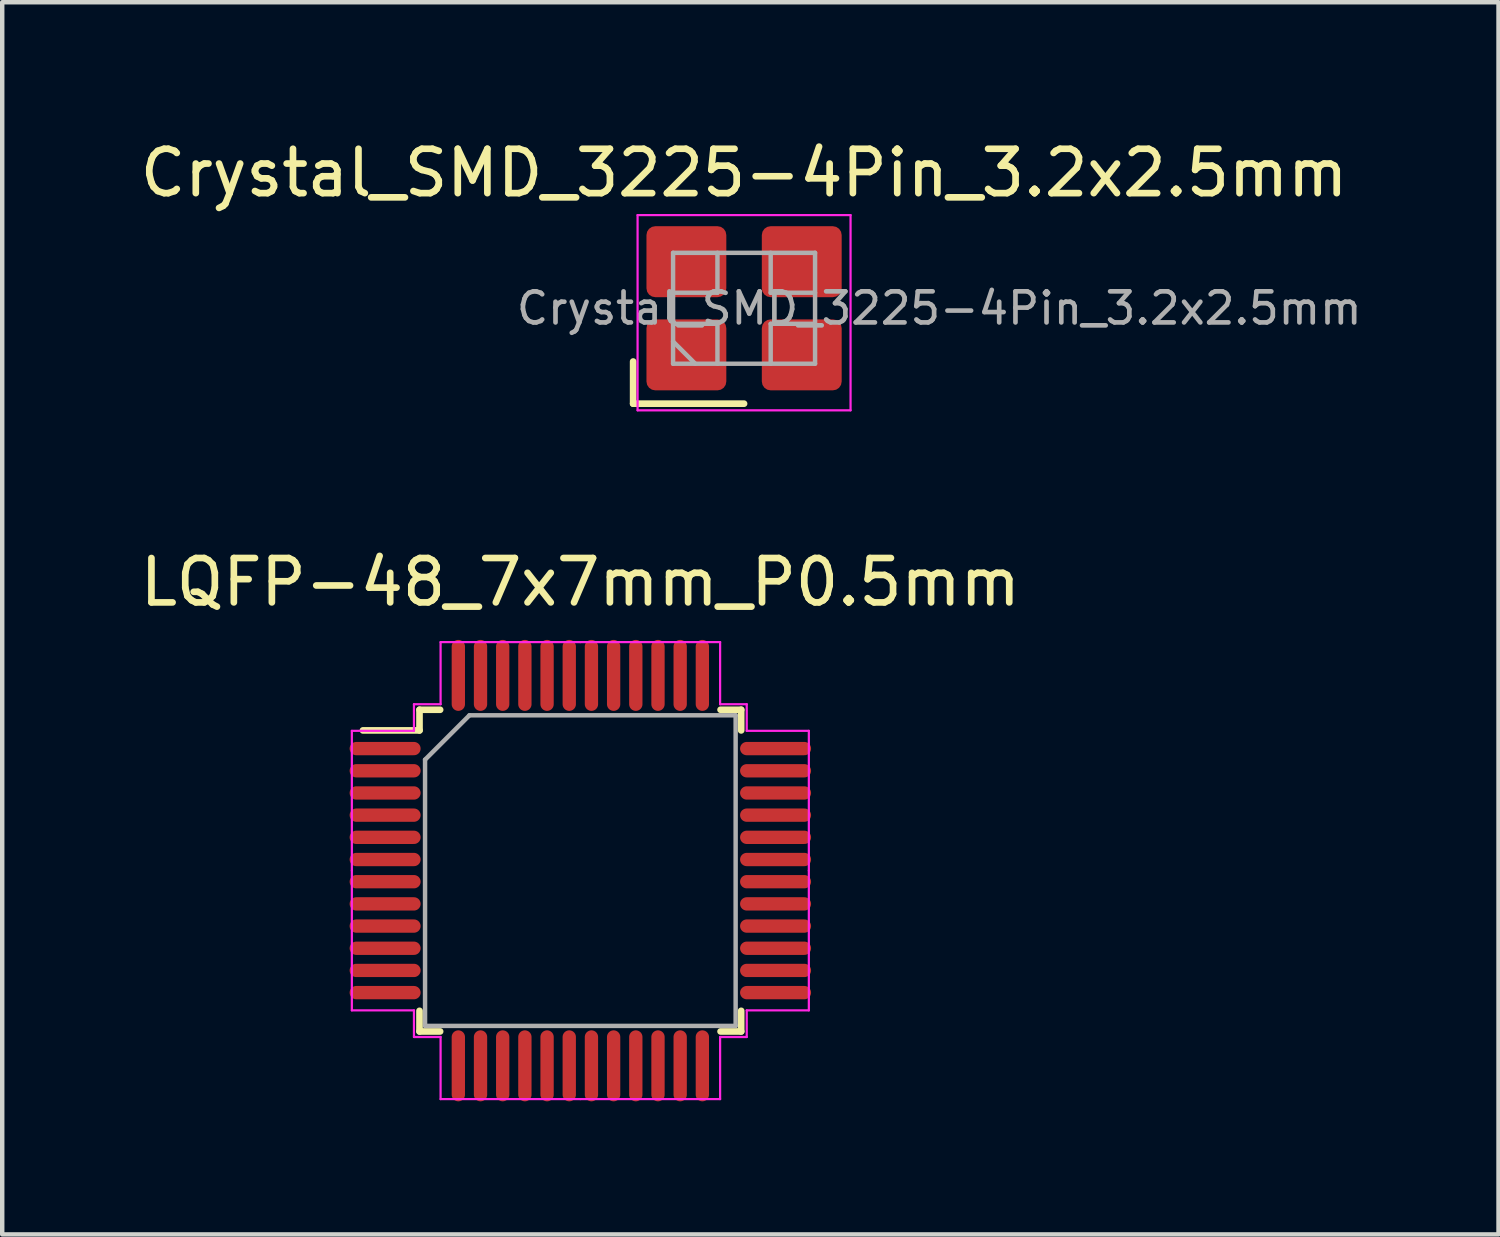
<source format=kicad_pcb>
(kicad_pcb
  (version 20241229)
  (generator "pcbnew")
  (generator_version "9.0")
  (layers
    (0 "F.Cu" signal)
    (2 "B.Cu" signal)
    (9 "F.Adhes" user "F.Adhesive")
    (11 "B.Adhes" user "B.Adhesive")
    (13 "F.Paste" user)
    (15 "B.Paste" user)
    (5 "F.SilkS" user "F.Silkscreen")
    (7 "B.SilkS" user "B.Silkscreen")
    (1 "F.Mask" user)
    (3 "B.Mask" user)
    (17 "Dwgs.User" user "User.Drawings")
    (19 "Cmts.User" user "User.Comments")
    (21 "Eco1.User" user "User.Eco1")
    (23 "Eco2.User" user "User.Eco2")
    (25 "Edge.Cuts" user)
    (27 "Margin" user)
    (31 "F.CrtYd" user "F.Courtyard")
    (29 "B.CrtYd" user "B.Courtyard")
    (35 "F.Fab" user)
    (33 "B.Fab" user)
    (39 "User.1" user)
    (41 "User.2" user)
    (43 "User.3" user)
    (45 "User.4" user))
  (footprint "Crystal_SMD_3225-4Pin_3.2x2.5mm"
    (layer "F.Cu")
    (at 13.72 3.898)
    (property "Reference" "Crystal_SMD_3225-4Pin_3.2x2.5mm" (at 0 -3.05 0) (layer "F.SilkS") (effects (font (size 1 1) (thickness 0.15))))
    (attr smd)
    (fp_line (start -2.5 1.2) (end -2.5 2.15) (stroke (width 0.15) (type solid)) (layer "F.SilkS"))
    (fp_line (start -2.5 2.15) (end 0 2.15) (stroke (width 0.15) (type solid)) (layer "F.SilkS"))
    (fp_line (start -2.4 -2.1) (end -2.4 2.3) (stroke (width 0.05) (type solid)) (layer "F.CrtYd"))
    (fp_line (start -2.4 2.3) (end 2.4 2.3) (stroke (width 0.05) (type solid)) (layer "F.CrtYd"))
    (fp_line (start 2.4 -2.1) (end -2.4 -2.1) (stroke (width 0.05) (type solid)) (layer "F.CrtYd"))
    (fp_line (start 2.4 2.3) (end 2.4 -2.1) (stroke (width 0.05) (type solid)) (layer "F.CrtYd"))
    (fp_line (start -1.6 -1.25) (end -1.6 1.25) (stroke (width 0.1) (type solid)) (layer "F.Fab"))
    (fp_line (start -1.6 -0.35) (end -0.6 -0.35) (stroke (width 0.1) (type solid)) (layer "F.Fab"))
    (fp_line (start -1.6 0.35) (end -0.6 0.35) (stroke (width 0.1) (type solid)) (layer "F.Fab"))
    (fp_line (start -1.6 0.75) (end -1.1 1.25) (stroke (width 0.1) (type solid)) (layer "F.Fab"))
    (fp_line (start -1.6 1.25) (end 1.6 1.25) (stroke (width 0.1) (type solid)) (layer "F.Fab"))
    (fp_line (start -0.6 -0.35) (end -0.6 -1.25) (stroke (width 0.1) (type solid)) (layer "F.Fab"))
    (fp_line (start -0.6 0.35) (end -0.6 1.25) (stroke (width 0.1) (type solid)) (layer "F.Fab"))
    (fp_line (start 0.6 -0.35) (end 0.6 -1.25) (stroke (width 0.1) (type solid)) (layer "F.Fab"))
    (fp_line (start 0.6 0.35) (end 0.6 1.25) (stroke (width 0.1) (type solid)) (layer "F.Fab"))
    (fp_line (start 1.6 -1.25) (end -1.6 -1.25) (stroke (width 0.1) (type solid)) (layer "F.Fab"))
    (fp_line (start 1.6 -0.35) (end 0.6 -0.35) (stroke (width 0.1) (type solid)) (layer "F.Fab"))
    (fp_line (start 1.6 0.35) (end 0.6 0.35) (stroke (width 0.1) (type solid)) (layer "F.Fab"))
    (fp_line (start 1.6 1.25) (end 1.6 -1.25) (stroke (width 0.1) (type solid)) (layer "F.Fab"))
    (fp_text user "${REFERENCE}" (at 4.4 0 0) (layer "F.Fab") (effects (font (size 0.7 0.7) (thickness 0.105))))
    (pad "1" smd roundrect (at -1.3 1.05) (size 1.8 1.6) (layers "F.Cu" "F.Mask" "F.Paste") (roundrect_rratio 0.125))
    (pad "2" smd roundrect (at 1.3 1.05) (size 1.8 1.6) (layers "F.Cu" "F.Mask" "F.Paste") (roundrect_rratio 0.125))
    (pad "3" smd roundrect (at 1.3 -1.05) (size 1.8 1.6) (layers "F.Cu" "F.Mask" "F.Paste") (roundrect_rratio 0.125))
    (pad "4" smd roundrect (at -1.3 -1.05) (size 1.8 1.6) (layers "F.Cu" "F.Mask" "F.Paste") (roundrect_rratio 0.125)))
  (footprint "LQFP-48_7x7mm_P0.5mm"
    (layer "F.Cu")
    (at 10.03 16.572)
    (property "Reference" "LQFP-48_7x7mm_P0.5mm" (at 0 -6.5 0) (layer "F.SilkS") (effects (font (size 1 1) (thickness 0.15))))
    (attr smd)
    (fp_line (start -3.625 -3.625) (end -3.625 -3.16) (stroke (width 0.15) (type solid)) (layer "F.SilkS"))
    (fp_line (start -3.625 -3.16) (end -4.9 -3.16) (stroke (width 0.15) (type solid)) (layer "F.SilkS"))
    (fp_line (start -3.625 3.625) (end -3.625 3.16) (stroke (width 0.15) (type solid)) (layer "F.SilkS"))
    (fp_line (start -3.16 -3.625) (end -3.625 -3.625) (stroke (width 0.15) (type solid)) (layer "F.SilkS"))
    (fp_line (start -3.16 3.625) (end -3.625 3.625) (stroke (width 0.15) (type solid)) (layer "F.SilkS"))
    (fp_line (start 3.16 -3.625) (end 3.625 -3.625) (stroke (width 0.15) (type solid)) (layer "F.SilkS"))
    (fp_line (start 3.16 3.625) (end 3.625 3.625) (stroke (width 0.15) (type solid)) (layer "F.SilkS"))
    (fp_line (start 3.625 -3.625) (end 3.625 -3.16) (stroke (width 0.15) (type solid)) (layer "F.SilkS"))
    (fp_line (start 3.625 3.625) (end 3.625 3.16) (stroke (width 0.15) (type solid)) (layer "F.SilkS"))
    (fp_line (start -5.15 -3.15) (end -5.15 0) (stroke (width 0.05) (type solid)) (layer "F.CrtYd"))
    (fp_line (start -5.15 3.15) (end -5.15 0) (stroke (width 0.05) (type solid)) (layer "F.CrtYd"))
    (fp_line (start -3.75 -3.75) (end -3.75 -3.15) (stroke (width 0.05) (type solid)) (layer "F.CrtYd"))
    (fp_line (start -3.75 -3.15) (end -5.15 -3.15) (stroke (width 0.05) (type solid)) (layer "F.CrtYd"))
    (fp_line (start -3.75 3.15) (end -5.15 3.15) (stroke (width 0.05) (type solid)) (layer "F.CrtYd"))
    (fp_line (start -3.75 3.75) (end -3.75 3.15) (stroke (width 0.05) (type solid)) (layer "F.CrtYd"))
    (fp_line (start -3.15 -5.15) (end -3.15 -3.75) (stroke (width 0.05) (type solid)) (layer "F.CrtYd"))
    (fp_line (start -3.15 -3.75) (end -3.75 -3.75) (stroke (width 0.05) (type solid)) (layer "F.CrtYd"))
    (fp_line (start -3.15 3.75) (end -3.75 3.75) (stroke (width 0.05) (type solid)) (layer "F.CrtYd"))
    (fp_line (start -3.15 5.15) (end -3.15 3.75) (stroke (width 0.05) (type solid)) (layer "F.CrtYd"))
    (fp_line (start 0 -5.15) (end -3.15 -5.15) (stroke (width 0.05) (type solid)) (layer "F.CrtYd"))
    (fp_line (start 0 -5.15) (end 3.15 -5.15) (stroke (width 0.05) (type solid)) (layer "F.CrtYd"))
    (fp_line (start 0 5.15) (end -3.15 5.15) (stroke (width 0.05) (type solid)) (layer "F.CrtYd"))
    (fp_line (start 0 5.15) (end 3.15 5.15) (stroke (width 0.05) (type solid)) (layer "F.CrtYd"))
    (fp_line (start 3.15 -5.15) (end 3.15 -3.75) (stroke (width 0.05) (type solid)) (layer "F.CrtYd"))
    (fp_line (start 3.15 -3.75) (end 3.75 -3.75) (stroke (width 0.05) (type solid)) (layer "F.CrtYd"))
    (fp_line (start 3.15 3.75) (end 3.75 3.75) (stroke (width 0.05) (type solid)) (layer "F.CrtYd"))
    (fp_line (start 3.15 5.15) (end 3.15 3.75) (stroke (width 0.05) (type solid)) (layer "F.CrtYd"))
    (fp_line (start 3.75 -3.75) (end 3.75 -3.15) (stroke (width 0.05) (type solid)) (layer "F.CrtYd"))
    (fp_line (start 3.75 -3.15) (end 5.15 -3.15) (stroke (width 0.05) (type solid)) (layer "F.CrtYd"))
    (fp_line (start 3.75 3.15) (end 5.15 3.15) (stroke (width 0.05) (type solid)) (layer "F.CrtYd"))
    (fp_line (start 3.75 3.75) (end 3.75 3.15) (stroke (width 0.05) (type solid)) (layer "F.CrtYd"))
    (fp_line (start 5.15 -3.15) (end 5.15 0) (stroke (width 0.05) (type solid)) (layer "F.CrtYd"))
    (fp_line (start 5.15 3.15) (end 5.15 0) (stroke (width 0.05) (type solid)) (layer "F.CrtYd"))
    (fp_line (start -3.5 -2.5) (end -2.5 -3.5) (stroke (width 0.1) (type solid)) (layer "F.Fab"))
    (fp_line (start -3.5 3.5) (end -3.5 -2.5) (stroke (width 0.1) (type solid)) (layer "F.Fab"))
    (fp_line (start -2.5 -3.5) (end 3.5 -3.5) (stroke (width 0.1) (type solid)) (layer "F.Fab"))
    (fp_line (start 3.5 -3.5) (end 3.5 3.5) (stroke (width 0.1) (type solid)) (layer "F.Fab"))
    (fp_line (start 3.5 3.5) (end -3.5 3.5) (stroke (width 0.1) (type solid)) (layer "F.Fab"))
    (pad "1" smd oval (at -4.4 -2.75) (size 1.6 0.3) (layers "F.Cu" "F.Mask" "F.Paste"))
    (pad "2" smd oval (at -4.4 -2.25) (size 1.6 0.3) (layers "F.Cu" "F.Mask" "F.Paste"))
    (pad "3" smd oval (at -4.4 -1.75) (size 1.6 0.3) (layers "F.Cu" "F.Mask" "F.Paste"))
    (pad "4" smd oval (at -4.4 -1.25) (size 1.6 0.3) (layers "F.Cu" "F.Mask" "F.Paste"))
    (pad "5" smd oval (at -4.4 -0.75) (size 1.6 0.3) (layers "F.Cu" "F.Mask" "F.Paste"))
    (pad "6" smd oval (at -4.4 -0.25) (size 1.6 0.3) (layers "F.Cu" "F.Mask" "F.Paste"))
    (pad "7" smd oval (at -4.4 0.25) (size 1.6 0.3) (layers "F.Cu" "F.Mask" "F.Paste"))
    (pad "8" smd oval (at -4.4 0.75) (size 1.6 0.3) (layers "F.Cu" "F.Mask" "F.Paste"))
    (pad "9" smd oval (at -4.4 1.25) (size 1.6 0.3) (layers "F.Cu" "F.Mask" "F.Paste"))
    (pad "10" smd oval (at -4.4 1.75) (size 1.6 0.3) (layers "F.Cu" "F.Mask" "F.Paste"))
    (pad "11" smd oval (at -4.4 2.25) (size 1.6 0.3) (layers "F.Cu" "F.Mask" "F.Paste"))
    (pad "12" smd oval (at -4.4 2.75) (size 1.6 0.3) (layers "F.Cu" "F.Mask" "F.Paste"))
    (pad "13" smd oval (at -2.75 4.4) (size 0.3 1.6) (layers "F.Cu" "F.Mask" "F.Paste"))
    (pad "14" smd oval (at -2.25 4.4) (size 0.3 1.6) (layers "F.Cu" "F.Mask" "F.Paste"))
    (pad "15" smd oval (at -1.75 4.4) (size 0.3 1.6) (layers "F.Cu" "F.Mask" "F.Paste"))
    (pad "16" smd oval (at -1.25 4.4) (size 0.3 1.6) (layers "F.Cu" "F.Mask" "F.Paste"))
    (pad "17" smd oval (at -0.75 4.4) (size 0.3 1.6) (layers "F.Cu" "F.Mask" "F.Paste"))
    (pad "18" smd oval (at -0.25 4.4) (size 0.3 1.6) (layers "F.Cu" "F.Mask" "F.Paste"))
    (pad "19" smd oval (at 0.25 4.4) (size 0.3 1.6) (layers "F.Cu" "F.Mask" "F.Paste"))
    (pad "20" smd oval (at 0.75 4.4) (size 0.3 1.6) (layers "F.Cu" "F.Mask" "F.Paste"))
    (pad "21" smd oval (at 1.25 4.4) (size 0.3 1.6) (layers "F.Cu" "F.Mask" "F.Paste"))
    (pad "22" smd oval (at 1.75 4.4) (size 0.3 1.6) (layers "F.Cu" "F.Mask" "F.Paste"))
    (pad "23" smd oval (at 2.25 4.4) (size 0.3 1.6) (layers "F.Cu" "F.Mask" "F.Paste"))
    (pad "24" smd oval (at 2.75 4.4) (size 0.3 1.6) (layers "F.Cu" "F.Mask" "F.Paste"))
    (pad "25" smd oval (at 4.4 2.75) (size 1.6 0.3) (layers "F.Cu" "F.Mask" "F.Paste"))
    (pad "26" smd oval (at 4.4 2.25) (size 1.6 0.3) (layers "F.Cu" "F.Mask" "F.Paste"))
    (pad "27" smd oval (at 4.4 1.75) (size 1.6 0.3) (layers "F.Cu" "F.Mask" "F.Paste"))
    (pad "28" smd oval (at 4.4 1.25) (size 1.6 0.3) (layers "F.Cu" "F.Mask" "F.Paste"))
    (pad "29" smd oval (at 4.4 0.75) (size 1.6 0.3) (layers "F.Cu" "F.Mask" "F.Paste"))
    (pad "30" smd oval (at 4.4 0.25) (size 1.6 0.3) (layers "F.Cu" "F.Mask" "F.Paste"))
    (pad "31" smd oval (at 4.4 -0.25) (size 1.6 0.3) (layers "F.Cu" "F.Mask" "F.Paste"))
    (pad "32" smd oval (at 4.4 -0.75) (size 1.6 0.3) (layers "F.Cu" "F.Mask" "F.Paste"))
    (pad "33" smd oval (at 4.4 -1.25) (size 1.6 0.3) (layers "F.Cu" "F.Mask" "F.Paste"))
    (pad "34" smd oval (at 4.4 -1.75) (size 1.6 0.3) (layers "F.Cu" "F.Mask" "F.Paste"))
    (pad "35" smd oval (at 4.4 -2.25) (size 1.6 0.3) (layers "F.Cu" "F.Mask" "F.Paste"))
    (pad "36" smd oval (at 4.4 -2.75) (size 1.6 0.3) (layers "F.Cu" "F.Mask" "F.Paste"))
    (pad "37" smd oval (at 2.75 -4.4) (size 0.3 1.6) (layers "F.Cu" "F.Mask" "F.Paste"))
    (pad "38" smd oval (at 2.25 -4.4) (size 0.3 1.6) (layers "F.Cu" "F.Mask" "F.Paste"))
    (pad "39" smd oval (at 1.75 -4.4) (size 0.3 1.6) (layers "F.Cu" "F.Mask" "F.Paste"))
    (pad "40" smd oval (at 1.25 -4.4) (size 0.3 1.6) (layers "F.Cu" "F.Mask" "F.Paste"))
    (pad "41" smd oval (at 0.75 -4.4) (size 0.3 1.6) (layers "F.Cu" "F.Mask" "F.Paste"))
    (pad "42" smd oval (at 0.25 -4.4) (size 0.3 1.6) (layers "F.Cu" "F.Mask" "F.Paste"))
    (pad "43" smd oval (at -0.25 -4.4) (size 0.3 1.6) (layers "F.Cu" "F.Mask" "F.Paste"))
    (pad "44" smd oval (at -0.75 -4.4) (size 0.3 1.6) (layers "F.Cu" "F.Mask" "F.Paste"))
    (pad "45" smd oval (at -1.25 -4.4) (size 0.3 1.6) (layers "F.Cu" "F.Mask" "F.Paste"))
    (pad "46" smd oval (at -1.75 -4.4) (size 0.3 1.6) (layers "F.Cu" "F.Mask" "F.Paste"))
    (pad "47" smd oval (at -2.25 -4.4) (size 0.3 1.6) (layers "F.Cu" "F.Mask" "F.Paste"))
    (pad "48" smd oval (at -2.75 -4.4) (size 0.3 1.6) (layers "F.Cu" "F.Mask" "F.Paste")))
  (gr_rect
    (start -3 -3)
    (end 30.724 24.771)
    (stroke (width 0.1) (type default))
    (fill no)
    (layer "Edge.Cuts")))
</source>
